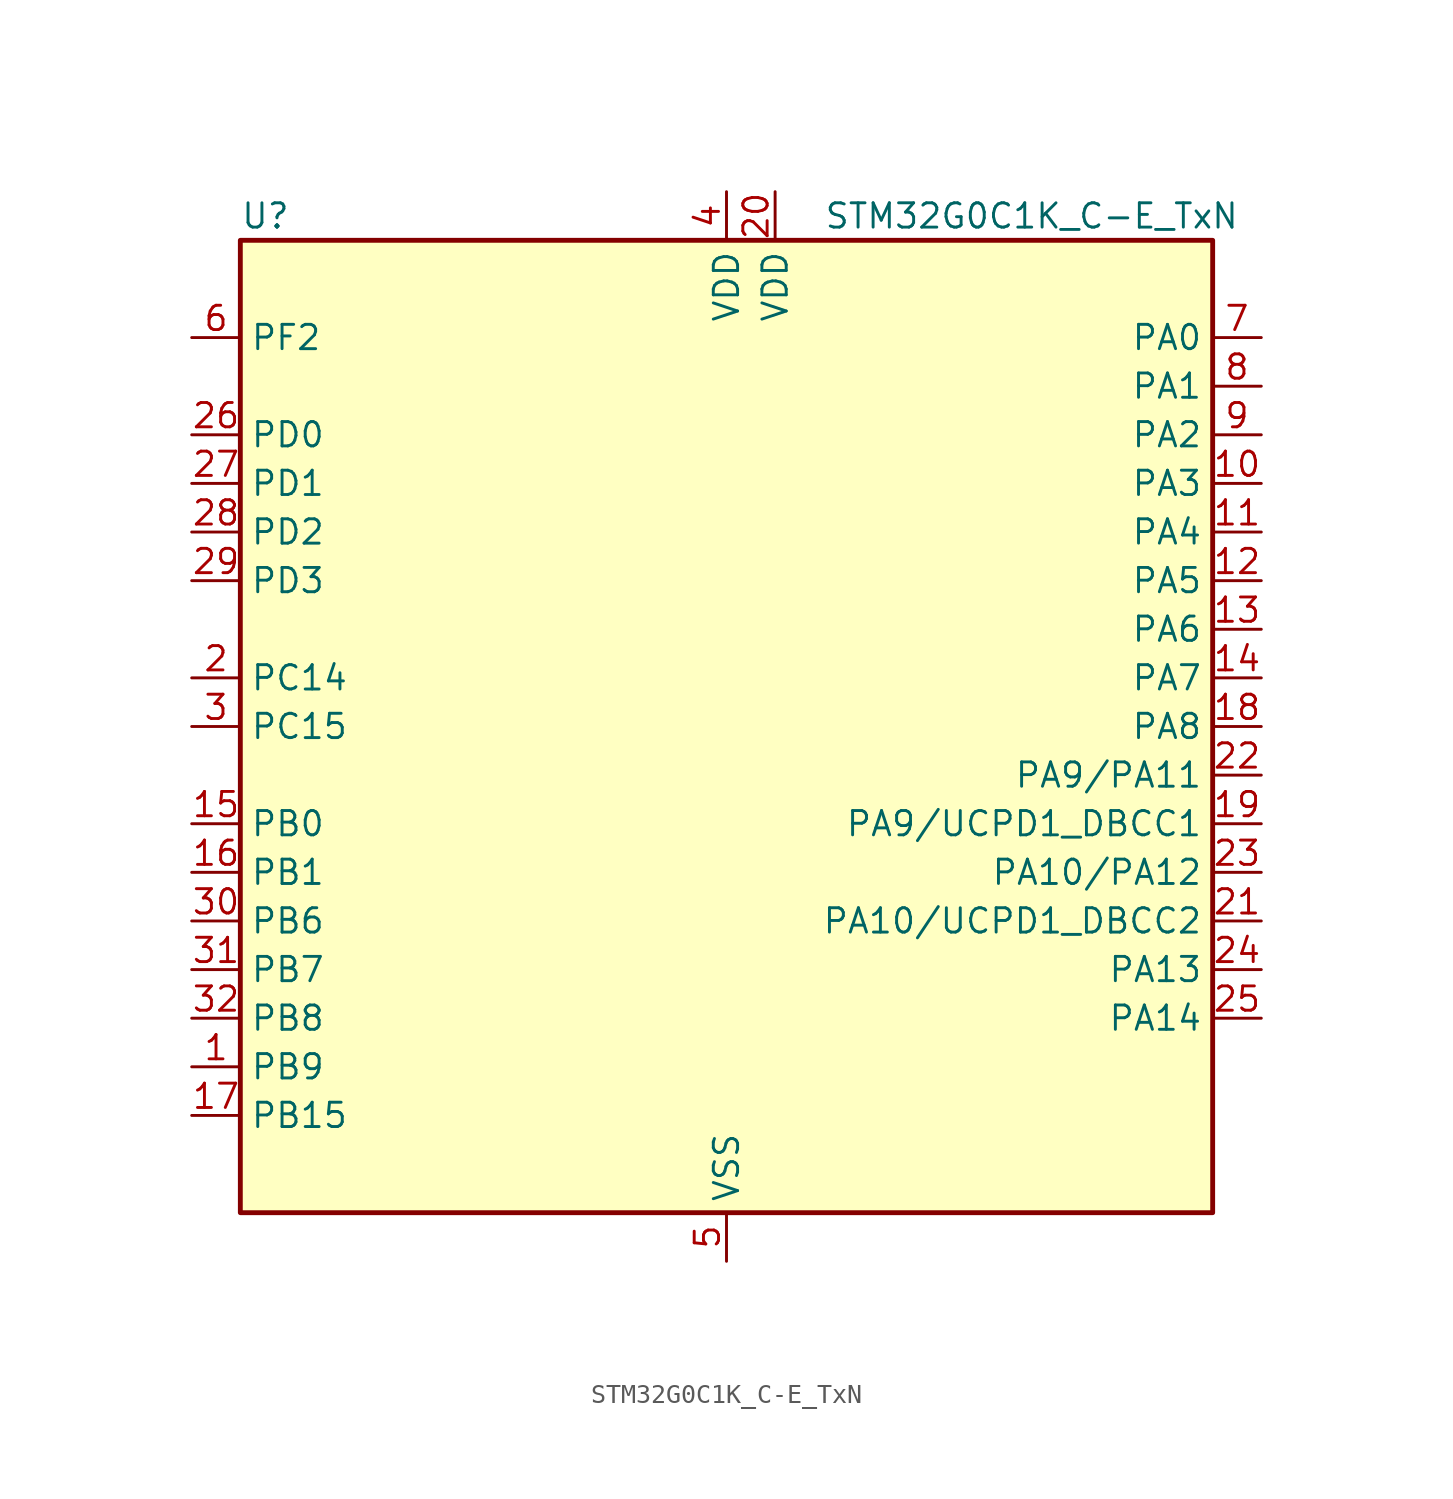
<source format=kicad_sym>
(kicad_symbol_lib
  (version 20241209)
  (generator "kicad_symbol_editor")
  (generator_version "9.0")
  (symbol "STM32G0C1K_C-E_TxN"
    (property "Reference" "U"
      (at -25.4 26.67 0)
      (effects (font (size 1.27 1.27)) (justify left)))
    (property "Value" "STM32G0C1K_C-E_TxN"
      (at 5.08 26.67 0)
      (effects (font (size 1.27 1.27)) (justify left)))
    (symbol "STM32G0C1K_C-E_TxN_0_1"
      (rectangle (start -25.4 -25.4) (end 25.4 25.4) (stroke (width 0.254) (type default)) (fill (type background))))
    (symbol "STM32G0C1K_C-E_TxN_1_1"
      (pin bidirectional line (at -27.94 20.32 0) (length 2.54) (name "PF2" (effects (font (size 1.27 1.27)))) (number "6" (effects (font (size 1.27 1.27)))) (alternate "LPUART2_DE" bidirectional line) (alternate "LPUART2_RTS" bidirectional line) (alternate "LPUART2_TX" bidirectional line) (alternate "RCC_MCO" bidirectional line))
      (pin bidirectional line (at -27.94 15.24 0) (length 2.54) (name "PD0" (effects (font (size 1.27 1.27)))) (number "26" (effects (font (size 1.27 1.27)))) (alternate "FDCAN1_RX" bidirectional line) (alternate "I2S2_WS" bidirectional line) (alternate "SPI2_NSS" bidirectional line) (alternate "TIM16_CH1" bidirectional line) (alternate "UCPD2_CC1" bidirectional line))
      (pin bidirectional line (at -27.94 12.7 0) (length 2.54) (name "PD1" (effects (font (size 1.27 1.27)))) (number "27" (effects (font (size 1.27 1.27)))) (alternate "FDCAN1_TX" bidirectional line) (alternate "I2S2_CK" bidirectional line) (alternate "SPI2_SCK" bidirectional line) (alternate "TIM17_CH1" bidirectional line) (alternate "UCPD2_DBCC1" bidirectional line))
      (pin bidirectional line (at -27.94 10.16 0) (length 2.54) (name "PD2" (effects (font (size 1.27 1.27)))) (number "28" (effects (font (size 1.27 1.27)))) (alternate "TIM1_CH1N" bidirectional line) (alternate "TIM3_ETR" bidirectional line) (alternate "UCPD2_CC2" bidirectional line) (alternate "USART3_CK" bidirectional line) (alternate "USART3_DE" bidirectional line) (alternate "USART3_RTS" bidirectional line) (alternate "USART5_RX" bidirectional line))
      (pin bidirectional line (at -27.94 7.62 0) (length 2.54) (name "PD3" (effects (font (size 1.27 1.27)))) (number "29" (effects (font (size 1.27 1.27)))) (alternate "I2S2_MCK" bidirectional line) (alternate "SPI2_MISO" bidirectional line) (alternate "TIM1_CH2N" bidirectional line) (alternate "UCPD2_DBCC2" bidirectional line) (alternate "USART2_CTS" bidirectional line) (alternate "USART2_NSS" bidirectional line) (alternate "USART5_TX" bidirectional line))
      (pin bidirectional line (at -27.94 2.54 0) (length 2.54) (name "PC14" (effects (font (size 1.27 1.27)))) (number "2" (effects (font (size 1.27 1.27)))) (alternate "RCC_OSC32_IN" bidirectional line) (alternate "RCC_OSC_IN" bidirectional line) (alternate "TIM1_BK2" bidirectional line))
      (pin bidirectional line (at -27.94 0 0) (length 2.54) (name "PC15" (effects (font (size 1.27 1.27)))) (number "3" (effects (font (size 1.27 1.27)))) (alternate "RCC_OSC32_EN" bidirectional line) (alternate "RCC_OSC32_OUT" bidirectional line) (alternate "RCC_OSC_EN" bidirectional line) (alternate "TIM15_BK" bidirectional line))
      (pin bidirectional line (at -27.94 -5.08 0) (length 2.54) (name "PB0" (effects (font (size 1.27 1.27)))) (number "15" (effects (font (size 1.27 1.27)))) (alternate "ADC1_IN8" bidirectional line) (alternate "COMP1_OUT" bidirectional line) (alternate "COMP3_INP" bidirectional line) (alternate "FDCAN2_RX" bidirectional line) (alternate "I2S1_WS" bidirectional line) (alternate "LPTIM1_OUT" bidirectional line) (alternate "LPUART2_CTS" bidirectional line) (alternate "SPI1_NSS" bidirectional line) (alternate "TIM1_CH2N" bidirectional line) (alternate "TIM3_CH3" bidirectional line) (alternate "UCPD1_FRSTX1" bidirectional line) (alternate "UCPD1_FRSTX2" bidirectional line) (alternate "USART3_RX" bidirectional line) (alternate "USART5_TX" bidirectional line))
      (pin bidirectional line (at -27.94 -7.62 0) (length 2.54) (name "PB1" (effects (font (size 1.27 1.27)))) (number "16" (effects (font (size 1.27 1.27)))) (alternate "ADC1_IN9" bidirectional line) (alternate "COMP1_INM" bidirectional line) (alternate "COMP3_OUT" bidirectional line) (alternate "FDCAN2_TX" bidirectional line) (alternate "LPTIM2_IN1" bidirectional line) (alternate "LPUART1_DE" bidirectional line) (alternate "LPUART1_RTS" bidirectional line) (alternate "LPUART2_DE" bidirectional line) (alternate "LPUART2_RTS" bidirectional line) (alternate "TIM14_CH1" bidirectional line) (alternate "TIM1_CH3N" bidirectional line) (alternate "TIM3_CH4" bidirectional line) (alternate "USART3_CK" bidirectional line) (alternate "USART3_DE" bidirectional line) (alternate "USART3_RTS" bidirectional line) (alternate "USART5_RX" bidirectional line))
      (pin bidirectional line (at -27.94 -10.16 0) (length 2.54) (name "PB6" (effects (font (size 1.27 1.27)))) (number "30" (effects (font (size 1.27 1.27)))) (alternate "COMP2_INP" bidirectional line) (alternate "FDCAN2_TX" bidirectional line) (alternate "I2C1_SCL" bidirectional line) (alternate "I2S2_MCK" bidirectional line) (alternate "LPTIM1_ETR" bidirectional line) (alternate "LPUART2_TX" bidirectional line) (alternate "SPI2_MISO" bidirectional line) (alternate "TIM16_CH1N" bidirectional line) (alternate "TIM1_CH3" bidirectional line) (alternate "TIM4_CH1" bidirectional line) (alternate "USART1_TX" bidirectional line) (alternate "USART5_CTS" bidirectional line) (alternate "USART5_NSS" bidirectional line))
      (pin bidirectional line (at -27.94 -12.7 0) (length 2.54) (name "PB7" (effects (font (size 1.27 1.27)))) (number "31" (effects (font (size 1.27 1.27)))) (alternate "COMP2_INM" bidirectional line) (alternate "I2C1_SDA" bidirectional line) (alternate "I2S2_SD" bidirectional line) (alternate "LPTIM1_IN2" bidirectional line) (alternate "LPUART2_RX" bidirectional line) (alternate "SPI2_MOSI" bidirectional line) (alternate "SYS_PVD_IN" bidirectional line) (alternate "TIM17_CH1N" bidirectional line) (alternate "TIM4_CH2" bidirectional line) (alternate "USART1_RX" bidirectional line) (alternate "USART4_CTS" bidirectional line) (alternate "USART4_NSS" bidirectional line))
      (pin bidirectional line (at -27.94 -15.24 0) (length 2.54) (name "PB8" (effects (font (size 1.27 1.27)))) (number "32" (effects (font (size 1.27 1.27)))) (alternate "CEC" bidirectional line) (alternate "FDCAN1_RX" bidirectional line) (alternate "I2C1_SCL" bidirectional line) (alternate "I2S2_CK" bidirectional line) (alternate "SPI2_SCK" bidirectional line) (alternate "TIM15_BK" bidirectional line) (alternate "TIM16_CH1" bidirectional line) (alternate "TIM4_CH3" bidirectional line) (alternate "USART3_TX" bidirectional line) (alternate "USART6_TX" bidirectional line))
      (pin bidirectional line (at -27.94 -17.78 0) (length 2.54) (name "PB9" (effects (font (size 1.27 1.27)))) (number "1" (effects (font (size 1.27 1.27)))) (alternate "DAC1_EXTI9" bidirectional line) (alternate "FDCAN1_TX" bidirectional line) (alternate "I2C1_SDA" bidirectional line) (alternate "I2S2_WS" bidirectional line) (alternate "IR_OUT" bidirectional line) (alternate "SPI2_NSS" bidirectional line) (alternate "TIM17_CH1" bidirectional line) (alternate "TIM4_CH4" bidirectional line) (alternate "UCPD2_FRSTX1" bidirectional line) (alternate "UCPD2_FRSTX2" bidirectional line) (alternate "USART3_RX" bidirectional line) (alternate "USART6_RX" bidirectional line))
      (pin bidirectional line (at -27.94 -20.32 0) (length 2.54) (name "PB15" (effects (font (size 1.27 1.27)))) (number "17" (effects (font (size 1.27 1.27)))) (alternate "I2S2_SD" bidirectional line) (alternate "RTC_REFIN" bidirectional line) (alternate "SPI2_MOSI" bidirectional line) (alternate "TIM15_CH1N" bidirectional line) (alternate "TIM15_CH2" bidirectional line) (alternate "TIM1_CH3N" bidirectional line) (alternate "UCPD1_CC2" bidirectional line) (alternate "USART6_CTS" bidirectional line) (alternate "USART6_NSS" bidirectional line))
      (pin power_in line (at 0 27.94 270) (length 2.54) (name "VDD" (effects (font (size 1.27 1.27)))) (number "4" (effects (font (size 1.27 1.27)))))
      (pin power_in line (at 0 -27.94 90) (length 2.54) (name "VSS" (effects (font (size 1.27 1.27)))) (number "5" (effects (font (size 1.27 1.27)))))
      (pin power_in line (at 2.54 27.94 270) (length 2.54) (name "VDD" (effects (font (size 1.27 1.27)))) (number "20" (effects (font (size 1.27 1.27)))))
      (pin bidirectional line (at 27.94 20.32 180) (length 2.54) (name "PA0" (effects (font (size 1.27 1.27)))) (number "7" (effects (font (size 1.27 1.27)))) (alternate "ADC1_IN0" bidirectional line) (alternate "COMP1_INM" bidirectional line) (alternate "COMP1_OUT" bidirectional line) (alternate "I2S2_CK" bidirectional line) (alternate "LPTIM1_OUT" bidirectional line) (alternate "RTC_TAMP_IN2" bidirectional line) (alternate "SPI2_SCK" bidirectional line) (alternate "SYS_WKUP1" bidirectional line) (alternate "TIM2_CH1" bidirectional line) (alternate "TIM2_ETR" bidirectional line) (alternate "UCPD2_FRSTX1" bidirectional line) (alternate "UCPD2_FRSTX2" bidirectional line) (alternate "USART2_CTS" bidirectional line) (alternate "USART2_NSS" bidirectional line) (alternate "USART4_TX" bidirectional line))
      (pin bidirectional line (at 27.94 17.78 180) (length 2.54) (name "PA1" (effects (font (size 1.27 1.27)))) (number "8" (effects (font (size 1.27 1.27)))) (alternate "ADC1_IN1" bidirectional line) (alternate "COMP1_INP" bidirectional line) (alternate "I2C1_SMBA" bidirectional line) (alternate "I2S1_CK" bidirectional line) (alternate "SPI1_SCK" bidirectional line) (alternate "TIM15_CH1N" bidirectional line) (alternate "TIM2_CH2" bidirectional line) (alternate "USART2_CK" bidirectional line) (alternate "USART2_DE" bidirectional line) (alternate "USART2_RTS" bidirectional line) (alternate "USART4_RX" bidirectional line))
      (pin bidirectional line (at 27.94 15.24 180) (length 2.54) (name "PA2" (effects (font (size 1.27 1.27)))) (number "9" (effects (font (size 1.27 1.27)))) (alternate "ADC1_IN2" bidirectional line) (alternate "COMP2_INM" bidirectional line) (alternate "COMP2_OUT" bidirectional line) (alternate "I2S1_SD" bidirectional line) (alternate "LPUART1_TX" bidirectional line) (alternate "RCC_LSCO" bidirectional line) (alternate "SPI1_MOSI" bidirectional line) (alternate "SYS_WKUP4" bidirectional line) (alternate "TIM15_CH1" bidirectional line) (alternate "TIM2_CH3" bidirectional line) (alternate "UCPD1_FRSTX1" bidirectional line) (alternate "UCPD1_FRSTX2" bidirectional line) (alternate "USART2_TX" bidirectional line))
      (pin bidirectional line (at 27.94 12.7 180) (length 2.54) (name "PA3" (effects (font (size 1.27 1.27)))) (number "10" (effects (font (size 1.27 1.27)))) (alternate "ADC1_IN3" bidirectional line) (alternate "COMP2_INP" bidirectional line) (alternate "I2S2_MCK" bidirectional line) (alternate "LPUART1_RX" bidirectional line) (alternate "SPI2_MISO" bidirectional line) (alternate "TIM15_CH2" bidirectional line) (alternate "TIM2_CH4" bidirectional line) (alternate "UCPD2_FRSTX1" bidirectional line) (alternate "UCPD2_FRSTX2" bidirectional line) (alternate "USART2_RX" bidirectional line))
      (pin bidirectional line (at 27.94 10.16 180) (length 2.54) (name "PA4" (effects (font (size 1.27 1.27)))) (number "11" (effects (font (size 1.27 1.27)))) (alternate "ADC1_IN4" bidirectional line) (alternate "DAC1_OUT1" bidirectional line) (alternate "I2S1_WS" bidirectional line) (alternate "I2S2_SD" bidirectional line) (alternate "LPTIM2_OUT" bidirectional line) (alternate "RTC_OUT1" bidirectional line) (alternate "RTC_TAMP_IN1" bidirectional line) (alternate "RTC_TS" bidirectional line) (alternate "SPI1_NSS" bidirectional line) (alternate "SPI2_MOSI" bidirectional line) (alternate "SYS_WKUP2" bidirectional line) (alternate "TIM14_CH1" bidirectional line) (alternate "UCPD2_FRSTX1" bidirectional line) (alternate "UCPD2_FRSTX2" bidirectional line) (alternate "USART6_TX" bidirectional line) (alternate "USB_NOE" bidirectional line))
      (pin bidirectional line (at 27.94 7.62 180) (length 2.54) (name "PA5" (effects (font (size 1.27 1.27)))) (number "12" (effects (font (size 1.27 1.27)))) (alternate "ADC1_IN5" bidirectional line) (alternate "CEC" bidirectional line) (alternate "DAC1_OUT2" bidirectional line) (alternate "I2S1_CK" bidirectional line) (alternate "LPTIM2_ETR" bidirectional line) (alternate "SPI1_SCK" bidirectional line) (alternate "TIM2_CH1" bidirectional line) (alternate "TIM2_ETR" bidirectional line) (alternate "UCPD1_FRSTX1" bidirectional line) (alternate "UCPD1_FRSTX2" bidirectional line) (alternate "USART3_TX" bidirectional line) (alternate "USART6_RX" bidirectional line))
      (pin bidirectional line (at 27.94 5.08 180) (length 2.54) (name "PA6" (effects (font (size 1.27 1.27)))) (number "13" (effects (font (size 1.27 1.27)))) (alternate "ADC1_IN6" bidirectional line) (alternate "COMP1_OUT" bidirectional line) (alternate "I2C2_SDA" bidirectional line) (alternate "I2C3_SDA" bidirectional line) (alternate "I2S1_MCK" bidirectional line) (alternate "LPUART1_CTS" bidirectional line) (alternate "SPI1_MISO" bidirectional line) (alternate "TIM16_CH1" bidirectional line) (alternate "TIM1_BK" bidirectional line) (alternate "TIM3_CH1" bidirectional line) (alternate "USART3_CTS" bidirectional line) (alternate "USART3_NSS" bidirectional line) (alternate "USART6_CTS" bidirectional line) (alternate "USART6_NSS" bidirectional line))
      (pin bidirectional line (at 27.94 2.54 180) (length 2.54) (name "PA7" (effects (font (size 1.27 1.27)))) (number "14" (effects (font (size 1.27 1.27)))) (alternate "ADC1_IN7" bidirectional line) (alternate "COMP2_OUT" bidirectional line) (alternate "I2C2_SCL" bidirectional line) (alternate "I2C3_SCL" bidirectional line) (alternate "I2S1_SD" bidirectional line) (alternate "SPI1_MOSI" bidirectional line) (alternate "TIM14_CH1" bidirectional line) (alternate "TIM17_CH1" bidirectional line) (alternate "TIM1_CH1N" bidirectional line) (alternate "TIM3_CH2" bidirectional line) (alternate "UCPD1_FRSTX1" bidirectional line) (alternate "UCPD1_FRSTX2" bidirectional line) (alternate "USART6_CK" bidirectional line) (alternate "USART6_DE" bidirectional line) (alternate "USART6_RTS" bidirectional line))
      (pin bidirectional line (at 27.94 0 180) (length 2.54) (name "PA8" (effects (font (size 1.27 1.27)))) (number "18" (effects (font (size 1.27 1.27)))) (alternate "CRS1_SYNC" bidirectional line) (alternate "I2C2_SMBA" bidirectional line) (alternate "I2S2_WS" bidirectional line) (alternate "LPTIM2_OUT" bidirectional line) (alternate "RCC_MCO" bidirectional line) (alternate "SPI2_NSS" bidirectional line) (alternate "TIM1_CH1" bidirectional line) (alternate "UCPD1_CC1" bidirectional line))
      (pin bidirectional line (at 27.94 -2.54 180) (length 2.54) (name "PA9/PA11" (effects (font (size 1.27 1.27)))) (number "22" (effects (font (size 1.27 1.27)))) (alternate "ADC1_EXTI11 (PA11)" bidirectional line) (alternate "COMP1_OUT (PA11)" bidirectional line) (alternate "DAC1_EXTI9 (PA9)" bidirectional line) (alternate "FDCAN1_RX (PA11)" bidirectional line) (alternate "I2C1_SCL (PA9)" bidirectional line) (alternate "I2C2_SCL (PA11)" bidirectional line) (alternate "I2C2_SCL (PA9)" bidirectional line) (alternate "I2S1_MCK (PA11)" bidirectional line) (alternate "I2S2_MCK (PA9)" bidirectional line) (alternate "PA11" bidirectional line) (alternate "PA9" bidirectional line) (alternate "RCC_MCO (PA9)" bidirectional line) (alternate "SPI1_MISO (PA11)" bidirectional line) (alternate "SPI2_MISO (PA9)" bidirectional line) (alternate "TIM15_BK (PA9)" bidirectional line) (alternate "TIM1_BK2 (PA11)" bidirectional line) (alternate "TIM1_CH2 (PA9)" bidirectional line) (alternate "TIM1_CH4 (PA11)" bidirectional line) (alternate "UCPD1_DBCC1 (PA9)" bidirectional line) (alternate "USART1_CTS (PA11)" bidirectional line) (alternate "USART1_NSS (PA11)" bidirectional line) (alternate "USART1_TX (PA9)" bidirectional line) (alternate "USB_DM (PA11)" bidirectional line))
      (pin bidirectional line (at 27.94 -5.08 180) (length 2.54) (name "PA9/UCPD1_DBCC1" (effects (font (size 1.27 1.27)))) (number "19" (effects (font (size 1.27 1.27)))) (alternate "DAC1_EXTI9 (PA9)" bidirectional line) (alternate "I2C1_SCL (PA9)" bidirectional line) (alternate "I2C2_SCL (PA9)" bidirectional line) (alternate "I2S2_MCK (PA9)" bidirectional line) (alternate "PA9" bidirectional line) (alternate "RCC_MCO (PA9)" bidirectional line) (alternate "SPI2_MISO (PA9)" bidirectional line) (alternate "TIM15_BK (PA9)" bidirectional line) (alternate "TIM1_CH2 (PA9)" bidirectional line) (alternate "UCPD1_DBCC1" bidirectional line) (alternate "UCPD1_DBCC1 (PA9)" bidirectional line) (alternate "UCPD1_DBCC1 (UCPD1_DBCC1)" bidirectional line) (alternate "USART1_TX (PA9)" bidirectional line))
      (pin bidirectional line (at 27.94 -7.62 180) (length 2.54) (name "PA10/PA12" (effects (font (size 1.27 1.27)))) (number "23" (effects (font (size 1.27 1.27)))) (alternate "COMP2_OUT (PA12)" bidirectional line) (alternate "FDCAN1_TX (PA12)" bidirectional line) (alternate "I2C1_SDA (PA10)" bidirectional line) (alternate "I2C2_SDA (PA10)" bidirectional line) (alternate "I2C2_SDA (PA12)" bidirectional line) (alternate "I2S1_SD (PA12)" bidirectional line) (alternate "I2S2_SD (PA10)" bidirectional line) (alternate "I2S_CKIN (PA12)" bidirectional line) (alternate "PA10" bidirectional line) (alternate "PA12" bidirectional line) (alternate "RCC_MCO_2 (PA10)" bidirectional line) (alternate "SPI1_MOSI (PA12)" bidirectional line) (alternate "SPI2_MOSI (PA10)" bidirectional line) (alternate "TIM17_BK (PA10)" bidirectional line) (alternate "TIM1_CH3 (PA10)" bidirectional line) (alternate "TIM1_ETR (PA12)" bidirectional line) (alternate "UCPD1_DBCC2 (PA10)" bidirectional line) (alternate "USART1_CK (PA12)" bidirectional line) (alternate "USART1_DE (PA12)" bidirectional line) (alternate "USART1_RTS (PA12)" bidirectional line) (alternate "USART1_RX (PA10)" bidirectional line) (alternate "USB_DP (PA12)" bidirectional line))
      (pin bidirectional line (at 27.94 -10.16 180) (length 2.54) (name "PA10/UCPD1_DBCC2" (effects (font (size 1.27 1.27)))) (number "21" (effects (font (size 1.27 1.27)))) (alternate "I2C1_SDA (PA10)" bidirectional line) (alternate "I2C2_SDA (PA10)" bidirectional line) (alternate "I2S2_SD (PA10)" bidirectional line) (alternate "PA10" bidirectional line) (alternate "RCC_MCO_2 (PA10)" bidirectional line) (alternate "SPI2_MOSI (PA10)" bidirectional line) (alternate "TIM17_BK (PA10)" bidirectional line) (alternate "TIM1_CH3 (PA10)" bidirectional line) (alternate "UCPD1_DBCC2" bidirectional line) (alternate "UCPD1_DBCC2 (PA10)" bidirectional line) (alternate "UCPD1_DBCC2 (UCPD1_DBCC2)" bidirectional line) (alternate "USART1_RX (PA10)" bidirectional line))
      (pin bidirectional line (at 27.94 -12.7 180) (length 2.54) (name "PA13" (effects (font (size 1.27 1.27)))) (number "24" (effects (font (size 1.27 1.27)))) (alternate "IR_OUT" bidirectional line) (alternate "LPUART2_RX" bidirectional line) (alternate "SYS_SWDIO" bidirectional line) (alternate "USB_NOE" bidirectional line))
      (pin bidirectional line (at 27.94 -15.24 180) (length 2.54) (name "PA14" (effects (font (size 1.27 1.27)))) (number "25" (effects (font (size 1.27 1.27)))) (alternate "LPUART2_TX" bidirectional line) (alternate "SYS_SWCLK" bidirectional line) (alternate "USART2_TX" bidirectional line)))))
</source>
